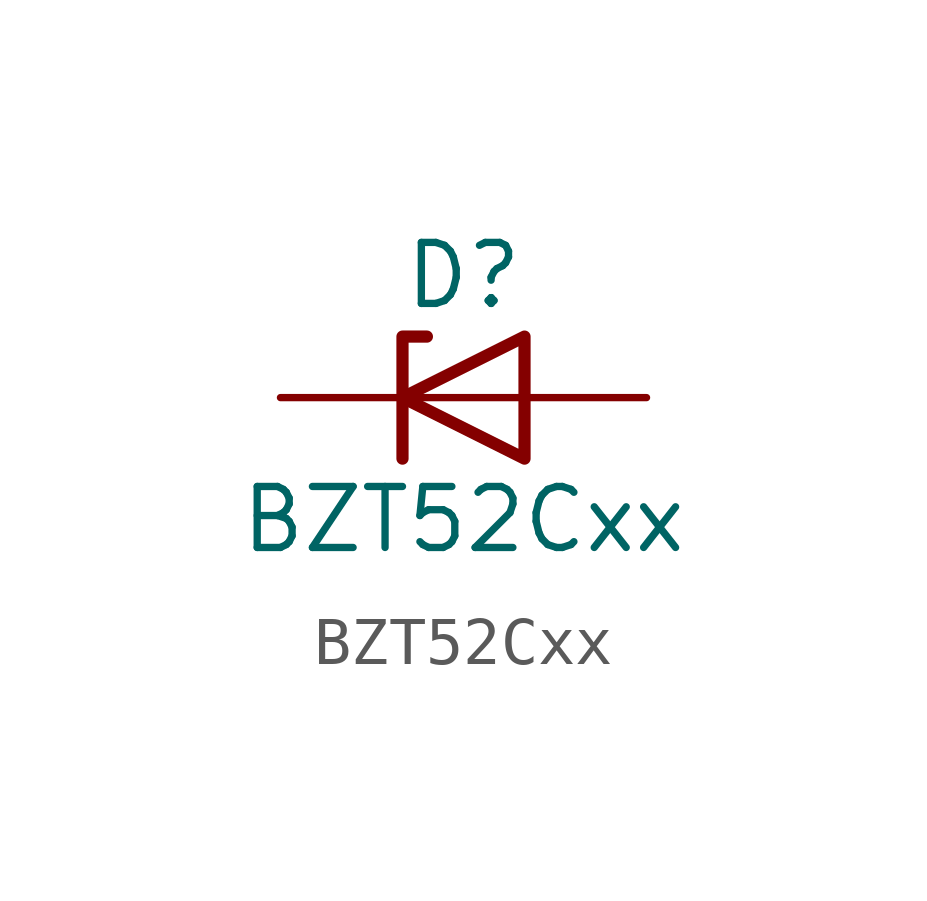
<source format=kicad_sym>
(kicad_symbol_lib
  (version 20241209)
  (generator "kicad_symbol_editor")
  (generator_version "9.0")
  (symbol "BZT52Cxx"
    (pin_numbers
      (hide yes))
    (pin_names
      (hide yes))
    (property "Reference" "D"
      (at 0 2.54 0)
      (effects (font (size 1.27 1.27))))
    (property "Value" "BZT52Cxx"
      (at 0 -2.54 0)
      (effects (font (size 1.27 1.27))))
    (symbol "BZT52Cxx_0_1"
      (polyline (pts (xy -1.27 -1.27) (xy -1.27 1.27) (xy -0.762 1.27)) (stroke (width 0.254) (type default)) (fill (type none)))
      (polyline (pts (xy 1.27 0) (xy -1.27 0)) (stroke (width 0) (type default)) (fill (type none)))
      (polyline (pts (xy 1.27 -1.27) (xy 1.27 1.27) (xy -1.27 0) (xy 1.27 -1.27)) (stroke (width 0.254) (type default)) (fill (type none))))
    (symbol "BZT52Cxx_1_1"
      (pin passive line (at -3.81 0 0) (length 2.54) (name "K" (effects (font (size 1.27 1.27)))) (number "1" (effects (font (size 1.27 1.27)))))
      (pin passive line (at 3.81 0 180) (length 2.54) (name "A" (effects (font (size 1.27 1.27)))) (number "2" (effects (font (size 1.27 1.27))))))))
</source>
